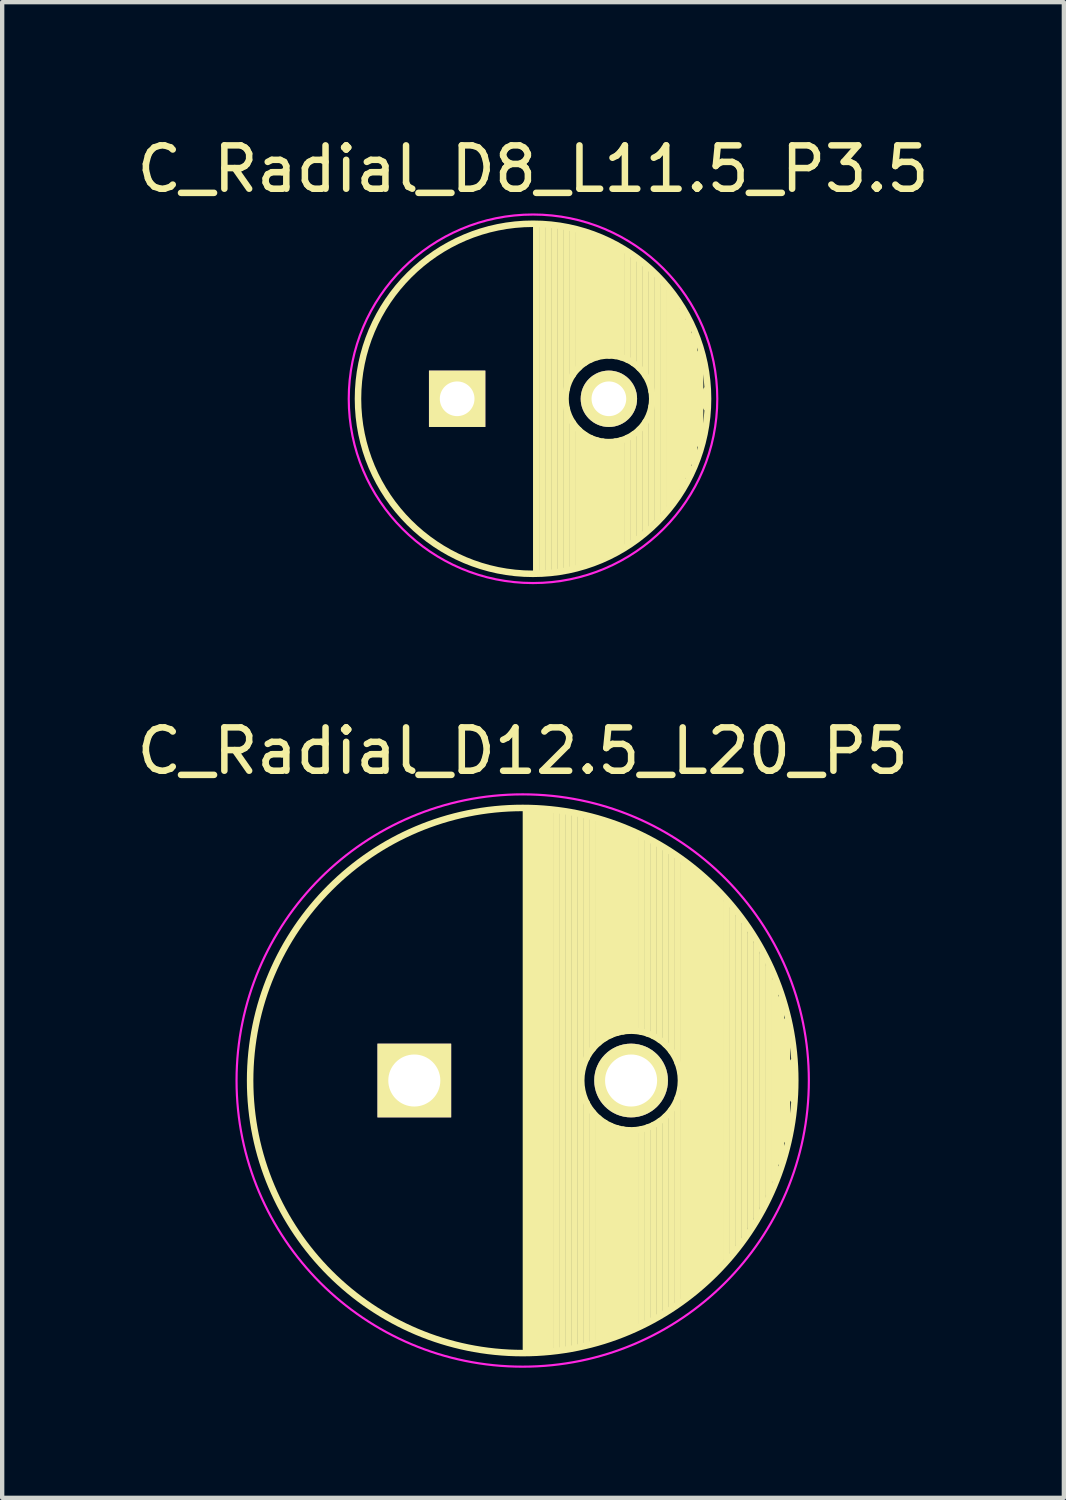
<source format=kicad_pcb>
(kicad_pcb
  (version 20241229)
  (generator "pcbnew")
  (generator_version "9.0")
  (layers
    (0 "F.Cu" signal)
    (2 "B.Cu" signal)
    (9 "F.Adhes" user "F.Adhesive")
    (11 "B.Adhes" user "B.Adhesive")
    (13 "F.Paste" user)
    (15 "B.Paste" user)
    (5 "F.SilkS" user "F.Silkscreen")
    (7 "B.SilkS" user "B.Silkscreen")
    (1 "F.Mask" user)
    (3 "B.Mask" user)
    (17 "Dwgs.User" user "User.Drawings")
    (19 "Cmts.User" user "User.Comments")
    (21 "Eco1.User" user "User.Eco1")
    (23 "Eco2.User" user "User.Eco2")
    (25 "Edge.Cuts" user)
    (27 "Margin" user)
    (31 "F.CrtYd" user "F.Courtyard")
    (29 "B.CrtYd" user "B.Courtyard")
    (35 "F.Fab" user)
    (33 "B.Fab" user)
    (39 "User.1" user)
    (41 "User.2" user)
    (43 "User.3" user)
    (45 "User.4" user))
  (footprint "C_Radial_D12.5_L20_P5"
    (layer "F.Cu")
    (at 9.006 21.872)
    (property "Reference" "C_Radial_D12.5_L20_P5" (at 0 -7.6 0) (layer "F.SilkS") (effects (font (size 1 1) (thickness 0.15))))
    (attr through_hole)
    (fp_line (start 0.075 -6.25) (end 0.075 6.25) (stroke (width 0.15) (type solid)) (layer "F.SilkS"))
    (fp_line (start 0.215 -6.246) (end 0.215 6.246) (stroke (width 0.15) (type solid)) (layer "F.SilkS"))
    (fp_line (start 0.355 -6.24) (end 0.355 6.24) (stroke (width 0.15) (type solid)) (layer "F.SilkS"))
    (fp_line (start 0.495 -6.23) (end 0.495 6.23) (stroke (width 0.15) (type solid)) (layer "F.SilkS"))
    (fp_line (start 0.635 -6.218) (end 0.635 6.218) (stroke (width 0.15) (type solid)) (layer "F.SilkS"))
    (fp_line (start 0.775 -6.202) (end 0.775 6.202) (stroke (width 0.15) (type solid)) (layer "F.SilkS"))
    (fp_line (start 0.915 -6.183) (end 0.915 6.183) (stroke (width 0.15) (type solid)) (layer "F.SilkS"))
    (fp_line (start 1.055 -6.16) (end 1.055 6.16) (stroke (width 0.15) (type solid)) (layer "F.SilkS"))
    (fp_line (start 1.195 -6.135) (end 1.195 6.135) (stroke (width 0.15) (type solid)) (layer "F.SilkS"))
    (fp_line (start 1.335 -6.106) (end 1.335 6.106) (stroke (width 0.15) (type solid)) (layer "F.SilkS"))
    (fp_line (start 1.475 -6.073) (end 1.475 -0.521) (stroke (width 0.15) (type solid)) (layer "F.SilkS"))
    (fp_line (start 1.475 0.521) (end 1.475 6.073) (stroke (width 0.15) (type solid)) (layer "F.SilkS"))
    (fp_line (start 1.615 -6.038) (end 1.615 -0.734) (stroke (width 0.15) (type solid)) (layer "F.SilkS"))
    (fp_line (start 1.615 0.734) (end 1.615 6.038) (stroke (width 0.15) (type solid)) (layer "F.SilkS"))
    (fp_line (start 1.755 -5.999) (end 1.755 -0.876) (stroke (width 0.15) (type solid)) (layer "F.SilkS"))
    (fp_line (start 1.755 0.876) (end 1.755 5.999) (stroke (width 0.15) (type solid)) (layer "F.SilkS"))
    (fp_line (start 1.895 -5.956) (end 1.895 -0.978) (stroke (width 0.15) (type solid)) (layer "F.SilkS"))
    (fp_line (start 1.895 0.978) (end 1.895 5.956) (stroke (width 0.15) (type solid)) (layer "F.SilkS"))
    (fp_line (start 2.035 -5.909) (end 2.035 -1.052) (stroke (width 0.15) (type solid)) (layer "F.SilkS"))
    (fp_line (start 2.035 1.052) (end 2.035 5.909) (stroke (width 0.15) (type solid)) (layer "F.SilkS"))
    (fp_line (start 2.175 -5.859) (end 2.175 -1.103) (stroke (width 0.15) (type solid)) (layer "F.SilkS"))
    (fp_line (start 2.175 1.103) (end 2.175 5.859) (stroke (width 0.15) (type solid)) (layer "F.SilkS"))
    (fp_line (start 2.315 -5.805) (end 2.315 -1.135) (stroke (width 0.15) (type solid)) (layer "F.SilkS"))
    (fp_line (start 2.315 1.135) (end 2.315 5.805) (stroke (width 0.15) (type solid)) (layer "F.SilkS"))
    (fp_line (start 2.455 -5.748) (end 2.455 -1.149) (stroke (width 0.15) (type solid)) (layer "F.SilkS"))
    (fp_line (start 2.455 1.149) (end 2.455 5.748) (stroke (width 0.15) (type solid)) (layer "F.SilkS"))
    (fp_line (start 2.595 -5.686) (end 2.595 -1.146) (stroke (width 0.15) (type solid)) (layer "F.SilkS"))
    (fp_line (start 2.595 1.146) (end 2.595 5.686) (stroke (width 0.15) (type solid)) (layer "F.SilkS"))
    (fp_line (start 2.735 -5.62) (end 2.735 -1.126) (stroke (width 0.15) (type solid)) (layer "F.SilkS"))
    (fp_line (start 2.735 1.126) (end 2.735 5.62) (stroke (width 0.15) (type solid)) (layer "F.SilkS"))
    (fp_line (start 2.875 -5.549) (end 2.875 -1.087) (stroke (width 0.15) (type solid)) (layer "F.SilkS"))
    (fp_line (start 2.875 1.087) (end 2.875 5.549) (stroke (width 0.15) (type solid)) (layer "F.SilkS"))
    (fp_line (start 3.015 -5.475) (end 3.015 -1.028) (stroke (width 0.15) (type solid)) (layer "F.SilkS"))
    (fp_line (start 3.015 1.028) (end 3.015 5.475) (stroke (width 0.15) (type solid)) (layer "F.SilkS"))
    (fp_line (start 3.155 -5.395) (end 3.155 -0.945) (stroke (width 0.15) (type solid)) (layer "F.SilkS"))
    (fp_line (start 3.155 0.945) (end 3.155 5.395) (stroke (width 0.15) (type solid)) (layer "F.SilkS"))
    (fp_line (start 3.295 -5.311) (end 3.295 -0.831) (stroke (width 0.15) (type solid)) (layer "F.SilkS"))
    (fp_line (start 3.295 0.831) (end 3.295 5.311) (stroke (width 0.15) (type solid)) (layer "F.SilkS"))
    (fp_line (start 3.435 -5.221) (end 3.435 -0.67) (stroke (width 0.15) (type solid)) (layer "F.SilkS"))
    (fp_line (start 3.435 0.67) (end 3.435 5.221) (stroke (width 0.15) (type solid)) (layer "F.SilkS"))
    (fp_line (start 3.575 -5.127) (end 3.575 -0.409) (stroke (width 0.15) (type solid)) (layer "F.SilkS"))
    (fp_line (start 3.575 0.409) (end 3.575 5.127) (stroke (width 0.15) (type solid)) (layer "F.SilkS"))
    (fp_line (start 3.715 -5.026) (end 3.715 5.026) (stroke (width 0.15) (type solid)) (layer "F.SilkS"))
    (fp_line (start 3.855 -4.919) (end 3.855 4.919) (stroke (width 0.15) (type solid)) (layer "F.SilkS"))
    (fp_line (start 3.995 -4.807) (end 3.995 4.807) (stroke (width 0.15) (type solid)) (layer "F.SilkS"))
    (fp_line (start 4.135 -4.687) (end 4.135 4.687) (stroke (width 0.15) (type solid)) (layer "F.SilkS"))
    (fp_line (start 4.275 -4.559) (end 4.275 4.559) (stroke (width 0.15) (type solid)) (layer "F.SilkS"))
    (fp_line (start 4.415 -4.424) (end 4.415 4.424) (stroke (width 0.15) (type solid)) (layer "F.SilkS"))
    (fp_line (start 4.555 -4.28) (end 4.555 4.28) (stroke (width 0.15) (type solid)) (layer "F.SilkS"))
    (fp_line (start 4.695 -4.125) (end 4.695 4.125) (stroke (width 0.15) (type solid)) (layer "F.SilkS"))
    (fp_line (start 4.835 -3.96) (end 4.835 3.96) (stroke (width 0.15) (type solid)) (layer "F.SilkS"))
    (fp_line (start 4.975 -3.783) (end 4.975 3.783) (stroke (width 0.15) (type solid)) (layer "F.SilkS"))
    (fp_line (start 5.115 -3.592) (end 5.115 3.592) (stroke (width 0.15) (type solid)) (layer "F.SilkS"))
    (fp_line (start 5.255 -3.383) (end 5.255 3.383) (stroke (width 0.15) (type solid)) (layer "F.SilkS"))
    (fp_line (start 5.395 -3.155) (end 5.395 3.155) (stroke (width 0.15) (type solid)) (layer "F.SilkS"))
    (fp_line (start 5.535 -2.903) (end 5.535 2.903) (stroke (width 0.15) (type solid)) (layer "F.SilkS"))
    (fp_line (start 5.675 -2.619) (end 5.675 2.619) (stroke (width 0.15) (type solid)) (layer "F.SilkS"))
    (fp_line (start 5.815 -2.291) (end 5.815 2.291) (stroke (width 0.15) (type solid)) (layer "F.SilkS"))
    (fp_line (start 5.955 -1.897) (end 5.955 1.897) (stroke (width 0.15) (type solid)) (layer "F.SilkS"))
    (fp_line (start 6.095 -1.383) (end 6.095 1.383) (stroke (width 0.15) (type solid)) (layer "F.SilkS"))
    (fp_line (start 6.235 -0.433) (end 6.235 0.433) (stroke (width 0.15) (type solid)) (layer "F.SilkS"))
    (fp_circle (center 0 0) (end 0 -6.287) (stroke (width 0.15) (type solid)) (fill no) (layer "F.SilkS"))
    (fp_circle (center 2.5 0) (end 2.5 -1.15) (stroke (width 0.15) (type solid)) (fill no) (layer "F.SilkS"))
    (fp_circle (center 0 0) (end 0 -6.6) (stroke (width 0.05) (type solid)) (fill no) (layer "F.CrtYd"))
    (pad "1" thru_hole rect (at -2.5 0) (size 1.7 1.7) (drill 1.2) (layers "*.Cu" "*.Mask" "F.SilkS"))
    (pad "2" thru_hole circle (at 2.5 0) (size 1.7 1.7) (drill 1.2) (layers "*.Cu" "*.Mask" "F.SilkS")))
  (footprint "C_Radial_D8_L11.5_P3.5"
    (layer "F.Cu")
    (at 9.244 6.148)
    (property "Reference" "C_Radial_D8_L11.5_P3.5" (at 0 -5.3 0) (layer "F.SilkS") (effects (font (size 1 1) (thickness 0.15))))
    (attr through_hole)
    (fp_line (start 0.075 -3.999) (end 0.075 3.999) (stroke (width 0.15) (type solid)) (layer "F.SilkS"))
    (fp_line (start 0.215 -3.994) (end 0.215 3.994) (stroke (width 0.15) (type solid)) (layer "F.SilkS"))
    (fp_line (start 0.355 -3.984) (end 0.355 3.984) (stroke (width 0.15) (type solid)) (layer "F.SilkS"))
    (fp_line (start 0.495 -3.969) (end 0.495 3.969) (stroke (width 0.15) (type solid)) (layer "F.SilkS"))
    (fp_line (start 0.635 -3.949) (end 0.635 3.949) (stroke (width 0.15) (type solid)) (layer "F.SilkS"))
    (fp_line (start 0.775 -3.924) (end 0.775 -0.222) (stroke (width 0.15) (type solid)) (layer "F.SilkS"))
    (fp_line (start 0.775 0.222) (end 0.775 3.924) (stroke (width 0.15) (type solid)) (layer "F.SilkS"))
    (fp_line (start 0.915 -3.894) (end 0.915 -0.55) (stroke (width 0.15) (type solid)) (layer "F.SilkS"))
    (fp_line (start 0.915 0.55) (end 0.915 3.894) (stroke (width 0.15) (type solid)) (layer "F.SilkS"))
    (fp_line (start 1.055 -3.858) (end 1.055 -0.719) (stroke (width 0.15) (type solid)) (layer "F.SilkS"))
    (fp_line (start 1.055 0.719) (end 1.055 3.858) (stroke (width 0.15) (type solid)) (layer "F.SilkS"))
    (fp_line (start 1.195 -3.817) (end 1.195 -0.832) (stroke (width 0.15) (type solid)) (layer "F.SilkS"))
    (fp_line (start 1.195 0.832) (end 1.195 3.817) (stroke (width 0.15) (type solid)) (layer "F.SilkS"))
    (fp_line (start 1.335 -3.771) (end 1.335 -0.91) (stroke (width 0.15) (type solid)) (layer "F.SilkS"))
    (fp_line (start 1.335 0.91) (end 1.335 3.771) (stroke (width 0.15) (type solid)) (layer "F.SilkS"))
    (fp_line (start 1.475 -3.718) (end 1.475 -0.961) (stroke (width 0.15) (type solid)) (layer "F.SilkS"))
    (fp_line (start 1.475 0.961) (end 1.475 3.718) (stroke (width 0.15) (type solid)) (layer "F.SilkS"))
    (fp_line (start 1.615 -3.659) (end 1.615 -0.991) (stroke (width 0.15) (type solid)) (layer "F.SilkS"))
    (fp_line (start 1.615 0.991) (end 1.615 3.659) (stroke (width 0.15) (type solid)) (layer "F.SilkS"))
    (fp_line (start 1.755 -3.594) (end 1.755 -1) (stroke (width 0.15) (type solid)) (layer "F.SilkS"))
    (fp_line (start 1.755 1) (end 1.755 3.594) (stroke (width 0.15) (type solid)) (layer "F.SilkS"))
    (fp_line (start 1.895 -3.523) (end 1.895 -0.989) (stroke (width 0.15) (type solid)) (layer "F.SilkS"))
    (fp_line (start 1.895 0.989) (end 1.895 3.523) (stroke (width 0.15) (type solid)) (layer "F.SilkS"))
    (fp_line (start 2.035 -3.444) (end 2.035 -0.959) (stroke (width 0.15) (type solid)) (layer "F.SilkS"))
    (fp_line (start 2.035 0.959) (end 2.035 3.444) (stroke (width 0.15) (type solid)) (layer "F.SilkS"))
    (fp_line (start 2.175 -3.357) (end 2.175 -0.905) (stroke (width 0.15) (type solid)) (layer "F.SilkS"))
    (fp_line (start 2.175 0.905) (end 2.175 3.357) (stroke (width 0.15) (type solid)) (layer "F.SilkS"))
    (fp_line (start 2.315 -3.262) (end 2.315 -0.825) (stroke (width 0.15) (type solid)) (layer "F.SilkS"))
    (fp_line (start 2.315 0.825) (end 2.315 3.262) (stroke (width 0.15) (type solid)) (layer "F.SilkS"))
    (fp_line (start 2.455 -3.158) (end 2.455 -0.709) (stroke (width 0.15) (type solid)) (layer "F.SilkS"))
    (fp_line (start 2.455 0.709) (end 2.455 3.158) (stroke (width 0.15) (type solid)) (layer "F.SilkS"))
    (fp_line (start 2.595 -3.044) (end 2.595 -0.535) (stroke (width 0.15) (type solid)) (layer "F.SilkS"))
    (fp_line (start 2.595 0.535) (end 2.595 3.044) (stroke (width 0.15) (type solid)) (layer "F.SilkS"))
    (fp_line (start 2.735 -2.919) (end 2.735 -0.173) (stroke (width 0.15) (type solid)) (layer "F.SilkS"))
    (fp_line (start 2.735 0.173) (end 2.735 2.919) (stroke (width 0.15) (type solid)) (layer "F.SilkS"))
    (fp_line (start 2.875 -2.781) (end 2.875 2.781) (stroke (width 0.15) (type solid)) (layer "F.SilkS"))
    (fp_line (start 3.015 -2.629) (end 3.015 2.629) (stroke (width 0.15) (type solid)) (layer "F.SilkS"))
    (fp_line (start 3.155 -2.459) (end 3.155 2.459) (stroke (width 0.15) (type solid)) (layer "F.SilkS"))
    (fp_line (start 3.295 -2.268) (end 3.295 2.268) (stroke (width 0.15) (type solid)) (layer "F.SilkS"))
    (fp_line (start 3.435 -2.05) (end 3.435 2.05) (stroke (width 0.15) (type solid)) (layer "F.SilkS"))
    (fp_line (start 3.575 -1.794) (end 3.575 1.794) (stroke (width 0.15) (type solid)) (layer "F.SilkS"))
    (fp_line (start 3.715 -1.483) (end 3.715 1.483) (stroke (width 0.15) (type solid)) (layer "F.SilkS"))
    (fp_line (start 3.855 -1.067) (end 3.855 1.067) (stroke (width 0.15) (type solid)) (layer "F.SilkS"))
    (fp_line (start 3.995 -0.2) (end 3.995 0.2) (stroke (width 0.15) (type solid)) (layer "F.SilkS"))
    (fp_circle (center 0 0) (end 0 -4.037) (stroke (width 0.15) (type solid)) (fill no) (layer "F.SilkS"))
    (fp_circle (center 1.75 0) (end 1.75 -1) (stroke (width 0.15) (type solid)) (fill no) (layer "F.SilkS"))
    (fp_circle (center 0 0) (end 0 -4.25) (stroke (width 0.05) (type solid)) (fill no) (layer "F.CrtYd"))
    (pad "1" thru_hole rect (at -1.75 0) (size 1.3 1.3) (drill 0.8) (layers "*.Cu" "*.Mask" "F.SilkS"))
    (pad "2" thru_hole circle (at 1.75 0) (size 1.3 1.3) (drill 0.8) (layers "*.Cu" "*.Mask" "F.SilkS")))
  (gr_rect
    (start -3 -3)
    (end 21.488 31.497)
    (stroke (width 0.1) (type default))
    (fill no)
    (layer "Edge.Cuts")))
</source>
